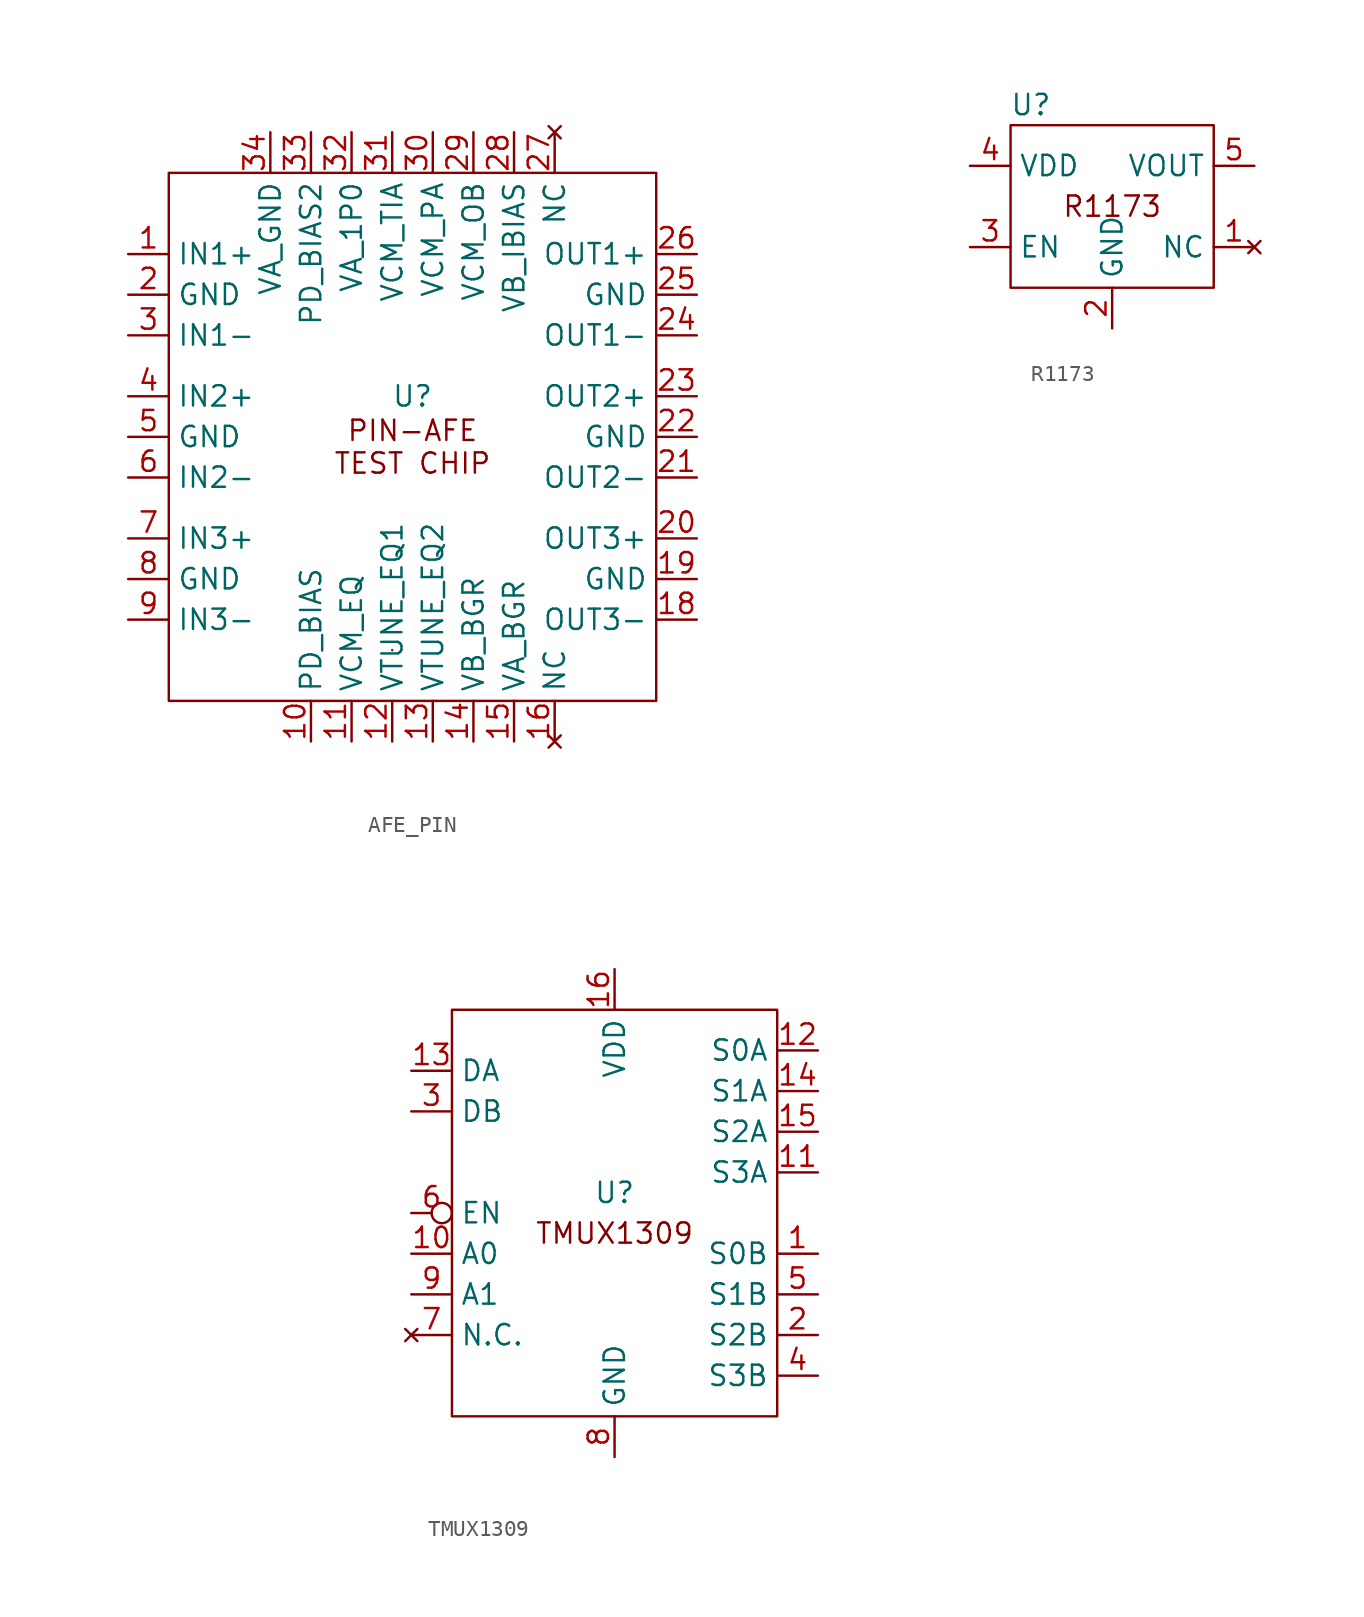
<source format=kicad_sym>
(kicad_symbol_lib
  (version 20220914)
  (generator kicad_symbol_editor)
  (symbol "AFE_PIN"
    (property "Reference" "U"
      (at 0 2.54 0)
      (effects (font (size 1.27 1.27))))
    (property "Value" ""
      (at -5.08 0 0)
      (effects (font (size 1.27 1.27))))
    (symbol "AFE_PIN_0_1"
      (rectangle (start -15.24 16.51) (end 15.24 -16.51) (stroke (width 0) (type default)) (fill (type none)))
      (rectangle (start -1.27 -13.335) (end -1.27 -13.335) (stroke (width 0) (type default)) (fill (type none))))
    (symbol "AFE_PIN_1_0"
      (pin input line (at -6.35 -19.05 90) (length 2.54) (name "PD_BIAS" (effects (font (size 1.27 1.27)))) (number "10" (effects (font (size 1.27 1.27)))))
      (pin input line (at -3.81 -19.05 90) (length 2.54) (name "VCM_EQ" (effects (font (size 1.27 1.27)))) (number "11" (effects (font (size 1.27 1.27)))))
      (pin input line (at -1.27 -19.05 90) (length 2.54) (name "VTUNE_EQ1" (effects (font (size 1.27 1.27)))) (number "12" (effects (font (size 1.27 1.27)))))
      (pin input line (at 1.27 -19.05 90) (length 2.54) (name "VTUNE_EQ2" (effects (font (size 1.27 1.27)))) (number "13" (effects (font (size 1.27 1.27)))))
      (pin input line (at 3.81 -19.05 90) (length 2.54) (name "VB_BGR" (effects (font (size 1.27 1.27)))) (number "14" (effects (font (size 1.27 1.27)))))
      (pin power_in line (at 6.35 -19.05 90) (length 2.54) (name "VA_BGR" (effects (font (size 1.27 1.27)))) (number "15" (effects (font (size 1.27 1.27)))))
      (pin no_connect line (at 8.89 -19.05 90) (length 2.54) (name "NC" (effects (font (size 1.27 1.27)))) (number "16" (effects (font (size 1.27 1.27)))))
      (pin output line (at 17.78 -11.43 180) (length 2.54) (name "OUT3-" (effects (font (size 1.27 1.27)))) (number "18" (effects (font (size 1.27 1.27)))))
      (pin power_in line (at 17.78 -8.89 180) (length 2.54) (name "GND" (effects (font (size 1.27 1.27)))) (number "19" (effects (font (size 1.27 1.27)))))
      (pin output line (at 17.78 -6.35 180) (length 2.54) (name "OUT3+" (effects (font (size 1.27 1.27)))) (number "20" (effects (font (size 1.27 1.27)))))
      (pin output line (at 17.78 -2.54 180) (length 2.54) (name "OUT2-" (effects (font (size 1.27 1.27)))) (number "21" (effects (font (size 1.27 1.27)))))
      (pin power_in line (at 17.78 0 180) (length 2.54) (name "GND" (effects (font (size 1.27 1.27)))) (number "22" (effects (font (size 1.27 1.27)))))
      (pin output line (at 17.78 2.54 180) (length 2.54) (name "OUT2+" (effects (font (size 1.27 1.27)))) (number "23" (effects (font (size 1.27 1.27)))))
      (pin output line (at 17.78 6.35 180) (length 2.54) (name "OUT1-" (effects (font (size 1.27 1.27)))) (number "24" (effects (font (size 1.27 1.27)))))
      (pin power_in line (at 17.78 8.89 180) (length 2.54) (name "GND" (effects (font (size 1.27 1.27)))) (number "25" (effects (font (size 1.27 1.27)))))
      (pin output line (at 17.78 11.43 180) (length 2.54) (name "OUT1+" (effects (font (size 1.27 1.27)))) (number "26" (effects (font (size 1.27 1.27)))))
      (pin no_connect line (at 8.89 19.05 270) (length 2.54) (name "NC" (effects (font (size 1.27 1.27)))) (number "27" (effects (font (size 1.27 1.27)))))
      (pin input line (at 6.35 19.05 270) (length 2.54) (name "VB_IBIAS" (effects (font (size 1.27 1.27)))) (number "28" (effects (font (size 1.27 1.27)))))
      (pin input line (at 3.81 19.05 270) (length 2.54) (name "VCM_OB" (effects (font (size 1.27 1.27)))) (number "29" (effects (font (size 1.27 1.27)))))
      (pin input line (at 1.27 19.05 270) (length 2.54) (name "VCM_PA" (effects (font (size 1.27 1.27)))) (number "30" (effects (font (size 1.27 1.27)))))
      (pin input line (at -1.27 19.05 270) (length 2.54) (name "VCM_TIA" (effects (font (size 1.27 1.27)))) (number "31" (effects (font (size 1.27 1.27)))))
      (pin power_in line (at -3.81 19.05 270) (length 2.54) (name "VA_1P0" (effects (font (size 1.27 1.27)))) (number "32" (effects (font (size 1.27 1.27)))))
      (pin input line (at -6.35 19.05 270) (length 2.54) (name "PD_BIAS2" (effects (font (size 1.27 1.27)))) (number "33" (effects (font (size 1.27 1.27)))))
      (pin power_in line (at -8.89 19.05 270) (length 2.54) (name "VA_GND" (effects (font (size 1.27 1.27)))) (number "34" (effects (font (size 1.27 1.27))))))
    (symbol "AFE_PIN_1_1"
      (text "PIN-AFE\nTEST CHIP" (at 0 -0.635 0) (effects (font (size 1.27 1.27))))
      (pin input line (at -17.78 11.43 0) (length 2.54) (name "IN1+" (effects (font (size 1.27 1.27)))) (number "1" (effects (font (size 1.27 1.27)))))
      (pin power_in line (at -17.78 8.89 0) (length 2.54) (name "GND" (effects (font (size 1.27 1.27)))) (number "2" (effects (font (size 1.27 1.27)))))
      (pin input line (at -17.78 6.35 0) (length 2.54) (name "IN1-" (effects (font (size 1.27 1.27)))) (number "3" (effects (font (size 1.27 1.27)))))
      (pin input line (at -17.78 2.54 0) (length 2.54) (name "IN2+" (effects (font (size 1.27 1.27)))) (number "4" (effects (font (size 1.27 1.27)))))
      (pin power_in line (at -17.78 0 0) (length 2.54) (name "GND" (effects (font (size 1.27 1.27)))) (number "5" (effects (font (size 1.27 1.27)))))
      (pin input line (at -17.78 -2.54 0) (length 2.54) (name "IN2-" (effects (font (size 1.27 1.27)))) (number "6" (effects (font (size 1.27 1.27)))))
      (pin input line (at -17.78 -6.35 0) (length 2.54) (name "IN3+" (effects (font (size 1.27 1.27)))) (number "7" (effects (font (size 1.27 1.27)))))
      (pin power_in line (at -17.78 -8.89 0) (length 2.54) (name "GND" (effects (font (size 1.27 1.27)))) (number "8" (effects (font (size 1.27 1.27)))))
      (pin input line (at -17.78 -11.43 0) (length 2.54) (name "IN3-" (effects (font (size 1.27 1.27)))) (number "9" (effects (font (size 1.27 1.27)))))))
  (symbol "R1173"
    (property "Reference" "U"
      (at -5.08 6.35 0)
      (effects (font (size 1.27 1.27))))
    (property "Value" ""
      (at -15.24 2.54 0)
      (effects (font (size 1.27 1.27))))
    (symbol "R1173_0_0"
      (pin no_connect line (at 8.89 -2.54 180) (length 2.54) (name "NC" (effects (font (size 1.27 1.27)))) (number "1" (effects (font (size 1.27 1.27)))))
      (pin power_in line (at 0 -7.62 90) (length 2.54) (name "GND" (effects (font (size 1.27 1.27)))) (number "2" (effects (font (size 1.27 1.27)))))
      (pin input line (at -8.89 -2.54 0) (length 2.54) (name "EN" (effects (font (size 1.27 1.27)))) (number "3" (effects (font (size 1.27 1.27)))))
      (pin power_in line (at -8.89 2.54 0) (length 2.54) (name "VDD" (effects (font (size 1.27 1.27)))) (number "4" (effects (font (size 1.27 1.27)))))
      (pin power_out line (at 8.89 2.54 180) (length 2.54) (name "VOUT" (effects (font (size 1.27 1.27)))) (number "5" (effects (font (size 1.27 1.27))))))
    (symbol "R1173_0_1"
      (rectangle (start -6.35 5.08) (end 6.35 -5.08) (stroke (width 0) (type default)) (fill (type none))))
    (symbol "R1173_1_1"
      (text "R1173" (at 0 0 0) (effects (font (size 1.27 1.27))))))
  (symbol "TMUX1309"
    (property "Reference" "U"
      (at 0 1.27 0)
      (effects (font (size 1.27 1.27))))
    (property "Value" ""
      (at -29.845 0.635 0)
      (effects (font (size 1.27 1.27))))
    (symbol "TMUX1309_0_0"
      (pin bidirectional line (at 12.7 -2.54 180) (length 2.54) (name "S0B" (effects (font (size 1.27 1.27)))) (number "1" (effects (font (size 1.27 1.27)))))
      (pin input line (at -12.7 -2.54 0) (length 2.54) (name "A0" (effects (font (size 1.27 1.27)))) (number "10" (effects (font (size 1.27 1.27)))))
      (pin bidirectional line (at 12.7 2.54 180) (length 2.54) (name "S3A" (effects (font (size 1.27 1.27)))) (number "11" (effects (font (size 1.27 1.27)))))
      (pin bidirectional line (at 12.7 10.16 180) (length 2.54) (name "S0A" (effects (font (size 1.27 1.27)))) (number "12" (effects (font (size 1.27 1.27)))))
      (pin bidirectional line (at -12.7 8.89 0) (length 2.54) (name "DA" (effects (font (size 1.27 1.27)))) (number "13" (effects (font (size 1.27 1.27)))))
      (pin bidirectional line (at 12.7 7.62 180) (length 2.54) (name "S1A" (effects (font (size 1.27 1.27)))) (number "14" (effects (font (size 1.27 1.27)))))
      (pin bidirectional line (at 12.7 5.08 180) (length 2.54) (name "S2A" (effects (font (size 1.27 1.27)))) (number "15" (effects (font (size 1.27 1.27)))))
      (pin power_in line (at 0 15.24 270) (length 2.54) (name "VDD" (effects (font (size 1.27 1.27)))) (number "16" (effects (font (size 1.27 1.27)))))
      (pin bidirectional line (at 12.7 -7.62 180) (length 2.54) (name "S2B" (effects (font (size 1.27 1.27)))) (number "2" (effects (font (size 1.27 1.27)))))
      (pin bidirectional line (at -12.7 6.35 0) (length 2.54) (name "DB" (effects (font (size 1.27 1.27)))) (number "3" (effects (font (size 1.27 1.27)))))
      (pin bidirectional line (at 12.7 -10.16 180) (length 2.54) (name "S3B" (effects (font (size 1.27 1.27)))) (number "4" (effects (font (size 1.27 1.27)))))
      (pin bidirectional line (at 12.7 -5.08 180) (length 2.54) (name "S1B" (effects (font (size 1.27 1.27)))) (number "5" (effects (font (size 1.27 1.27)))))
      (pin input inverted (at -12.7 0 0) (length 2.54) (name "EN" (effects (font (size 1.27 1.27)))) (number "6" (effects (font (size 1.27 1.27)))))
      (pin no_connect line (at -12.7 -7.62 0) (length 2.54) (name "N.C." (effects (font (size 1.27 1.27)))) (number "7" (effects (font (size 1.27 1.27)))))
      (pin power_in line (at 0 -15.24 90) (length 2.54) (name "GND" (effects (font (size 1.27 1.27)))) (number "8" (effects (font (size 1.27 1.27)))))
      (pin input line (at -12.7 -5.08 0) (length 2.54) (name "A1" (effects (font (size 1.27 1.27)))) (number "9" (effects (font (size 1.27 1.27))))))
    (symbol "TMUX1309_0_1"
      (rectangle (start -10.16 12.7) (end 10.16 -12.7) (stroke (width 0) (type default)) (fill (type none))))
    (symbol "TMUX1309_1_1"
      (text "TMUX1309" (at 0 -1.27 0) (effects (font (size 1.27 1.27)))))))
</source>
